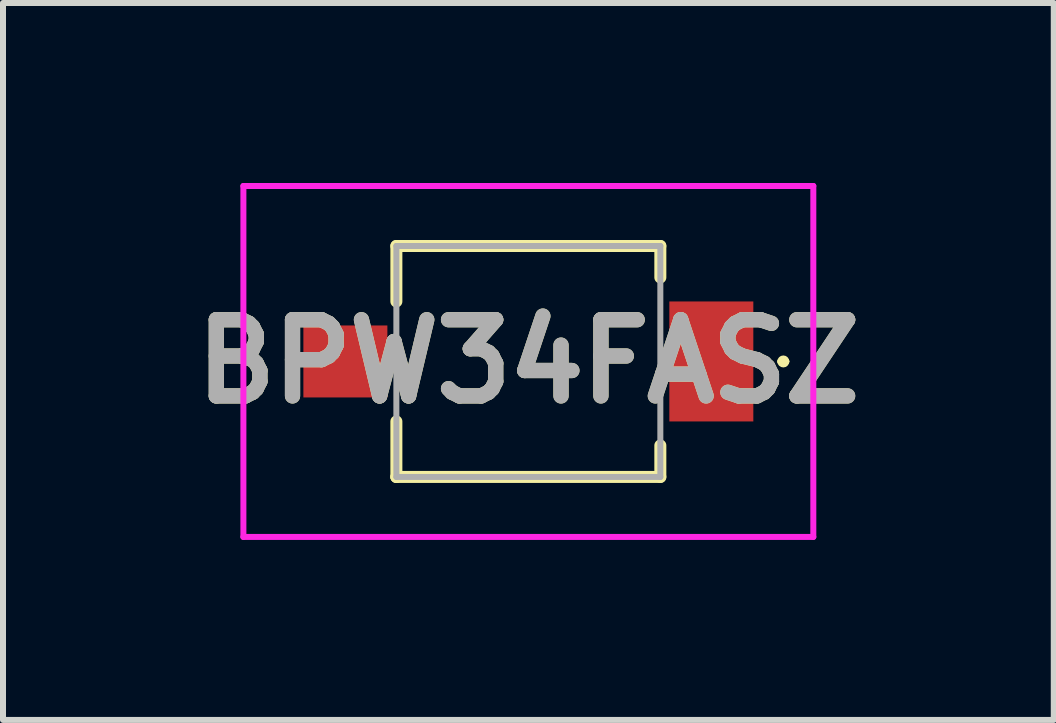
<source format=kicad_pcb>
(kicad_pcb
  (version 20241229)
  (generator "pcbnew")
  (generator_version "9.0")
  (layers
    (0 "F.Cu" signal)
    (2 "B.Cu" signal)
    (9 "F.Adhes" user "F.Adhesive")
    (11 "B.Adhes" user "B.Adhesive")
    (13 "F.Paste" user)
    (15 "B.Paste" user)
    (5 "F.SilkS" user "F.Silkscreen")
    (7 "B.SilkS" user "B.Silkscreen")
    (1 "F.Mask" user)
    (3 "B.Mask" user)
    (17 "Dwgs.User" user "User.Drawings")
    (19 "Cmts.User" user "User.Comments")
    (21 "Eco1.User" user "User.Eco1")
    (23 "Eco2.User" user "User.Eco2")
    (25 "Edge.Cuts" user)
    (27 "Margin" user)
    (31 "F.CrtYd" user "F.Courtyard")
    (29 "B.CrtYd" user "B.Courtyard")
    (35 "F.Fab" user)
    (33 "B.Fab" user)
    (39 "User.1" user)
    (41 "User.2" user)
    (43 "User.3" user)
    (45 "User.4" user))
  (footprint "BPW34FASZ"
    (layer "F.Cu")
    (at 5.757 2.975)
    (property "Reference" "BPW34FASZ" (at 0 0 0) (layer "F.SilkS") (effects (font (size 1.27 1.27) (thickness 0.254))))
    (attr smd)
    (fp_line (start -2.2 -1.925) (end 2.2 -1.925) (stroke (width 0.2) (type solid)) (layer "F.SilkS"))
    (fp_line (start -2.2 -1) (end -2.2 -1.925) (stroke (width 0.2) (type solid)) (layer "F.SilkS"))
    (fp_line (start -2.2 1) (end -2.2 1.925) (stroke (width 0.2) (type solid)) (layer "F.SilkS"))
    (fp_line (start -2.2 1.925) (end -2.2 1.925) (stroke (width 0.2) (type solid)) (layer "F.SilkS"))
    (fp_line (start -2.2 1.925) (end 2.2 1.925) (stroke (width 0.2) (type solid)) (layer "F.SilkS"))
    (fp_line (start 2.2 -1.925) (end 2.2 -1.4) (stroke (width 0.2) (type solid)) (layer "F.SilkS"))
    (fp_line (start 2.2 1.925) (end 2.2 1.4) (stroke (width 0.2) (type solid)) (layer "F.SilkS"))
    (fp_line (start 4.2 0) (end 4.2 0) (stroke (width 0.1) (type solid)) (layer "F.SilkS"))
    (fp_line (start 4.3 0) (end 4.3 0) (stroke (width 0.1) (type solid)) (layer "F.SilkS"))
    (fp_arc (start 4.2 0) (mid 4.25 -0.05) (end 4.3 0) (stroke (width 0.1) (type solid)) (layer "F.SilkS"))
    (fp_arc (start 4.3 0) (mid 4.25 0.05) (end 4.2 0) (stroke (width 0.1) (type solid)) (layer "F.SilkS"))
    (fp_line (start -4.75 -2.925) (end 4.75 -2.925) (stroke (width 0.1) (type solid)) (layer "F.CrtYd"))
    (fp_line (start -4.75 2.925) (end -4.75 -2.925) (stroke (width 0.1) (type solid)) (layer "F.CrtYd"))
    (fp_line (start 4.75 -2.925) (end 4.75 2.925) (stroke (width 0.1) (type solid)) (layer "F.CrtYd"))
    (fp_line (start 4.75 2.925) (end -4.75 2.925) (stroke (width 0.1) (type solid)) (layer "F.CrtYd"))
    (fp_line (start -2.2 -1.925) (end 2.2 -1.925) (stroke (width 0.1) (type solid)) (layer "F.Fab"))
    (fp_line (start -2.2 1.925) (end -2.2 -1.925) (stroke (width 0.1) (type solid)) (layer "F.Fab"))
    (fp_line (start 2.2 -1.925) (end 2.2 1.925) (stroke (width 0.1) (type solid)) (layer "F.Fab"))
    (fp_line (start 2.2 1.925) (end -2.2 1.925) (stroke (width 0.1) (type solid)) (layer "F.Fab"))
    (fp_text user "${REFERENCE}" (at 0 0 0) (layer "F.Fab") (effects (font (size 1.27 1.27) (thickness 0.254))))
    (pad "1" smd rect (at 3.05 0) (size 1.4 2) (layers "F.Cu" "F.Mask" "F.Paste"))
    (pad "2" smd rect (at -3.05 0 90) (size 1.2 1.4) (layers "F.Cu" "F.Mask" "F.Paste")))
  (gr_rect
    (start -3 -3)
    (end 14.515 8.95)
    (stroke (width 0.1) (type default))
    (fill no)
    (layer "Edge.Cuts")))
</source>
